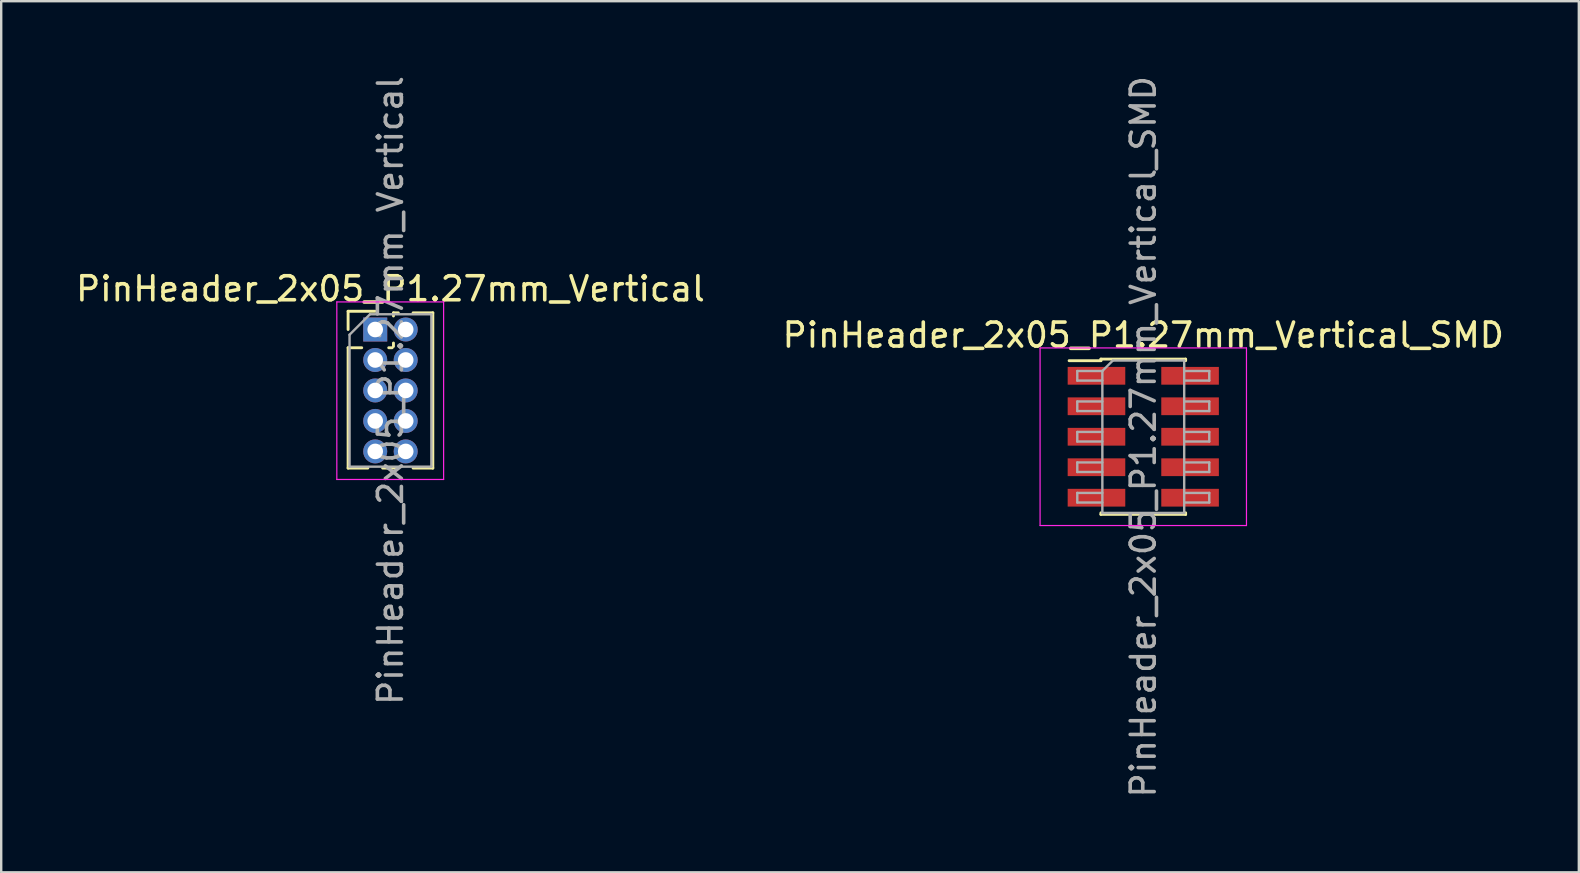
<source format=kicad_pcb>
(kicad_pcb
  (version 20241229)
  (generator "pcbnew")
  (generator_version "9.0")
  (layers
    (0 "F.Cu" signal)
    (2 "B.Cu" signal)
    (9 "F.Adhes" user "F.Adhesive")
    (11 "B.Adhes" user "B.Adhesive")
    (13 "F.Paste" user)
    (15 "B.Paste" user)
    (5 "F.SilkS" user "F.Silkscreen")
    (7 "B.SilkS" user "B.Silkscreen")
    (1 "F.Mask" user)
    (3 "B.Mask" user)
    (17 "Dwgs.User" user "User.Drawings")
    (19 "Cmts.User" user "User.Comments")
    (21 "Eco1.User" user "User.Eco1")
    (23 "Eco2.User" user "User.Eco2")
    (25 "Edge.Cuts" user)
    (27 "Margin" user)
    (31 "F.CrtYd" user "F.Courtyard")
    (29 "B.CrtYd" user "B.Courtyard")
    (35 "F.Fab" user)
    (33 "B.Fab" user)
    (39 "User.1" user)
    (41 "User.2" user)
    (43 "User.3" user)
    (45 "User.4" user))
  (footprint "PinHeader_2x05_P1.27mm_Vertical_SMD"
    (layer "F.Cu")
    (at 44.589 15.149)
    (property "Reference" "PinHeader_2x05_P1.27mm_Vertical_SMD" (at 0 -4.235 0) (layer "F.SilkS") (effects (font (size 1 1) (thickness 0.15))))
    (attr smd)
    (fp_line (start -3.09 -3.17) (end -1.765 -3.17) (stroke (width 0.12) (type solid)) (layer "F.SilkS"))
    (fp_line (start -1.765 -3.235) (end -1.765 -3.17) (stroke (width 0.12) (type solid)) (layer "F.SilkS"))
    (fp_line (start -1.765 -3.235) (end 1.765 -3.235) (stroke (width 0.12) (type solid)) (layer "F.SilkS"))
    (fp_line (start -1.765 3.17) (end -1.765 3.235) (stroke (width 0.12) (type solid)) (layer "F.SilkS"))
    (fp_line (start -1.765 3.235) (end 1.765 3.235) (stroke (width 0.12) (type solid)) (layer "F.SilkS"))
    (fp_line (start 1.765 -3.235) (end 1.765 -3.17) (stroke (width 0.12) (type solid)) (layer "F.SilkS"))
    (fp_line (start 1.765 3.17) (end 1.765 3.235) (stroke (width 0.12) (type solid)) (layer "F.SilkS"))
    (fp_line (start -4.3 -3.7) (end -4.3 3.7) (stroke (width 0.05) (type solid)) (layer "F.CrtYd"))
    (fp_line (start -4.3 3.7) (end 4.3 3.7) (stroke (width 0.05) (type solid)) (layer "F.CrtYd"))
    (fp_line (start 4.3 -3.7) (end -4.3 -3.7) (stroke (width 0.05) (type solid)) (layer "F.CrtYd"))
    (fp_line (start 4.3 3.7) (end 4.3 -3.7) (stroke (width 0.05) (type solid)) (layer "F.CrtYd"))
    (fp_line (start -2.75 -2.74) (end -2.75 -2.34) (stroke (width 0.1) (type solid)) (layer "F.Fab"))
    (fp_line (start -2.75 -2.34) (end -1.705 -2.34) (stroke (width 0.1) (type solid)) (layer "F.Fab"))
    (fp_line (start -2.75 -1.47) (end -2.75 -1.07) (stroke (width 0.1) (type solid)) (layer "F.Fab"))
    (fp_line (start -2.75 -1.07) (end -1.705 -1.07) (stroke (width 0.1) (type solid)) (layer "F.Fab"))
    (fp_line (start -2.75 -0.2) (end -2.75 0.2) (stroke (width 0.1) (type solid)) (layer "F.Fab"))
    (fp_line (start -2.75 0.2) (end -1.705 0.2) (stroke (width 0.1) (type solid)) (layer "F.Fab"))
    (fp_line (start -2.75 1.07) (end -2.75 1.47) (stroke (width 0.1) (type solid)) (layer "F.Fab"))
    (fp_line (start -2.75 1.47) (end -1.705 1.47) (stroke (width 0.1) (type solid)) (layer "F.Fab"))
    (fp_line (start -2.75 2.34) (end -2.75 2.74) (stroke (width 0.1) (type solid)) (layer "F.Fab"))
    (fp_line (start -2.75 2.74) (end -1.705 2.74) (stroke (width 0.1) (type solid)) (layer "F.Fab"))
    (fp_line (start -1.705 -2.74) (end -2.75 -2.74) (stroke (width 0.1) (type solid)) (layer "F.Fab"))
    (fp_line (start -1.705 -2.74) (end -1.27 -3.175) (stroke (width 0.1) (type solid)) (layer "F.Fab"))
    (fp_line (start -1.705 -1.47) (end -2.75 -1.47) (stroke (width 0.1) (type solid)) (layer "F.Fab"))
    (fp_line (start -1.705 -0.2) (end -2.75 -0.2) (stroke (width 0.1) (type solid)) (layer "F.Fab"))
    (fp_line (start -1.705 1.07) (end -2.75 1.07) (stroke (width 0.1) (type solid)) (layer "F.Fab"))
    (fp_line (start -1.705 2.34) (end -2.75 2.34) (stroke (width 0.1) (type solid)) (layer "F.Fab"))
    (fp_line (start -1.705 3.175) (end -1.705 -2.74) (stroke (width 0.1) (type solid)) (layer "F.Fab"))
    (fp_line (start -1.27 -3.175) (end 1.705 -3.175) (stroke (width 0.1) (type solid)) (layer "F.Fab"))
    (fp_line (start 1.705 -3.175) (end 1.705 3.175) (stroke (width 0.1) (type solid)) (layer "F.Fab"))
    (fp_line (start 1.705 -2.74) (end 2.75 -2.74) (stroke (width 0.1) (type solid)) (layer "F.Fab"))
    (fp_line (start 1.705 -1.47) (end 2.75 -1.47) (stroke (width 0.1) (type solid)) (layer "F.Fab"))
    (fp_line (start 1.705 -0.2) (end 2.75 -0.2) (stroke (width 0.1) (type solid)) (layer "F.Fab"))
    (fp_line (start 1.705 1.07) (end 2.75 1.07) (stroke (width 0.1) (type solid)) (layer "F.Fab"))
    (fp_line (start 1.705 2.34) (end 2.75 2.34) (stroke (width 0.1) (type solid)) (layer "F.Fab"))
    (fp_line (start 1.705 3.175) (end -1.705 3.175) (stroke (width 0.1) (type solid)) (layer "F.Fab"))
    (fp_line (start 2.75 -2.74) (end 2.75 -2.34) (stroke (width 0.1) (type solid)) (layer "F.Fab"))
    (fp_line (start 2.75 -2.34) (end 1.705 -2.34) (stroke (width 0.1) (type solid)) (layer "F.Fab"))
    (fp_line (start 2.75 -1.47) (end 2.75 -1.07) (stroke (width 0.1) (type solid)) (layer "F.Fab"))
    (fp_line (start 2.75 -1.07) (end 1.705 -1.07) (stroke (width 0.1) (type solid)) (layer "F.Fab"))
    (fp_line (start 2.75 -0.2) (end 2.75 0.2) (stroke (width 0.1) (type solid)) (layer "F.Fab"))
    (fp_line (start 2.75 0.2) (end 1.705 0.2) (stroke (width 0.1) (type solid)) (layer "F.Fab"))
    (fp_line (start 2.75 1.07) (end 2.75 1.47) (stroke (width 0.1) (type solid)) (layer "F.Fab"))
    (fp_line (start 2.75 1.47) (end 1.705 1.47) (stroke (width 0.1) (type solid)) (layer "F.Fab"))
    (fp_line (start 2.75 2.34) (end 2.75 2.74) (stroke (width 0.1) (type solid)) (layer "F.Fab"))
    (fp_line (start 2.75 2.74) (end 1.705 2.74) (stroke (width 0.1) (type solid)) (layer "F.Fab"))
    (fp_text user "${REFERENCE}" (at 0 0 90) (layer "F.Fab") (effects (font (size 1 1) (thickness 0.15))))
    (pad "1" smd rect (at -1.95 -2.54) (size 2.4 0.74) (layers "F.Cu" "F.Mask" "F.Paste"))
    (pad "2" smd rect (at 1.95 -2.54) (size 2.4 0.74) (layers "F.Cu" "F.Mask" "F.Paste"))
    (pad "3" smd rect (at -1.95 -1.27) (size 2.4 0.74) (layers "F.Cu" "F.Mask" "F.Paste"))
    (pad "4" smd rect (at 1.95 -1.27) (size 2.4 0.74) (layers "F.Cu" "F.Mask" "F.Paste"))
    (pad "5" smd rect (at -1.95 0) (size 2.4 0.74) (layers "F.Cu" "F.Mask" "F.Paste"))
    (pad "6" smd rect (at 1.95 0) (size 2.4 0.74) (layers "F.Cu" "F.Mask" "F.Paste"))
    (pad "7" smd rect (at -1.95 1.27) (size 2.4 0.74) (layers "F.Cu" "F.Mask" "F.Paste"))
    (pad "8" smd rect (at 1.95 1.27) (size 2.4 0.74) (layers "F.Cu" "F.Mask" "F.Paste"))
    (pad "9" smd rect (at -1.95 2.54) (size 2.4 0.74) (layers "F.Cu" "F.Mask" "F.Paste"))
    (pad "10" smd rect (at 1.95 2.54) (size 2.4 0.74) (layers "F.Cu" "F.Mask" "F.Paste")))
  (footprint "PinHeader_2x05_P1.27mm_Vertical"
    (layer "F.Cu")
    (at 13.21 13.215)
    (property "Reference" "PinHeader_2x05_P1.27mm_Vertical" (at 0.01 -4.23 0) (layer "F.SilkS") (effects (font (size 1 1) (thickness 0.15))))
    (attr through_hole)
    (fp_line (start -1.755 -3.295) (end -0.625 -3.295) (stroke (width 0.12) (type solid)) (layer "F.SilkS"))
    (fp_line (start -1.755 -2.535) (end -1.755 -3.295) (stroke (width 0.12) (type solid)) (layer "F.SilkS"))
    (fp_line (start -1.755 -1.775) (end -1.755 3.24) (stroke (width 0.12) (type solid)) (layer "F.SilkS"))
    (fp_line (start -1.755 -1.775) (end -1.188 -1.775) (stroke (width 0.12) (type solid)) (layer "F.SilkS"))
    (fp_line (start -1.755 3.24) (end -0.933 3.24) (stroke (width 0.12) (type solid)) (layer "F.SilkS"))
    (fp_line (start -0.317 3.24) (end 0.337 3.24) (stroke (width 0.12) (type solid)) (layer "F.SilkS"))
    (fp_line (start -0.062 -1.775) (end 0.082 -1.775) (stroke (width 0.12) (type solid)) (layer "F.SilkS"))
    (fp_line (start 0.135 -3.23) (end 0.337 -3.23) (stroke (width 0.12) (type solid)) (layer "F.SilkS"))
    (fp_line (start 0.135 -3.098) (end 0.135 -3.23) (stroke (width 0.12) (type solid)) (layer "F.SilkS"))
    (fp_line (start 0.135 -1.828) (end 0.135 -1.972) (stroke (width 0.12) (type solid)) (layer "F.SilkS"))
    (fp_line (start 0.953 -3.23) (end 1.775 -3.23) (stroke (width 0.12) (type solid)) (layer "F.SilkS"))
    (fp_line (start 0.953 3.24) (end 1.775 3.24) (stroke (width 0.12) (type solid)) (layer "F.SilkS"))
    (fp_line (start 1.775 -3.23) (end 1.775 3.24) (stroke (width 0.12) (type solid)) (layer "F.SilkS"))
    (fp_line (start -2.225 -3.685) (end -2.225 3.715) (stroke (width 0.05) (type solid)) (layer "F.CrtYd"))
    (fp_line (start -2.225 3.715) (end 2.225 3.715) (stroke (width 0.05) (type solid)) (layer "F.CrtYd"))
    (fp_line (start 2.225 -3.685) (end -2.225 -3.685) (stroke (width 0.05) (type solid)) (layer "F.CrtYd"))
    (fp_line (start 2.225 3.715) (end 2.225 -3.685) (stroke (width 0.05) (type solid)) (layer "F.CrtYd"))
    (fp_line (start -1.695 -2.317) (end -0.843 -3.17) (stroke (width 0.1) (type solid)) (layer "F.Fab"))
    (fp_line (start -1.695 3.18) (end -1.695 -2.317) (stroke (width 0.1) (type solid)) (layer "F.Fab"))
    (fp_line (start -0.843 -3.17) (end 1.715 -3.17) (stroke (width 0.1) (type solid)) (layer "F.Fab"))
    (fp_line (start 1.715 -3.17) (end 1.715 3.18) (stroke (width 0.1) (type solid)) (layer "F.Fab"))
    (fp_line (start 1.715 3.18) (end -1.695 3.18) (stroke (width 0.1) (type solid)) (layer "F.Fab"))
    (fp_text user "${REFERENCE}" (at 0.01 0.005 90) (layer "F.Fab") (effects (font (size 1 1) (thickness 0.15))))
    (pad "1" thru_hole rect (at -0.625 -2.535) (size 1 1) (drill 0.65) (layers "*.Cu" "*.Mask"))
    (pad "2" thru_hole oval (at 0.645 -2.535) (size 1 1) (drill 0.65) (layers "*.Cu" "*.Mask"))
    (pad "3" thru_hole oval (at -0.625 -1.265) (size 1 1) (drill 0.65) (layers "*.Cu" "*.Mask"))
    (pad "4" thru_hole oval (at 0.645 -1.265) (size 1 1) (drill 0.65) (layers "*.Cu" "*.Mask"))
    (pad "5" thru_hole oval (at -0.625 0.005) (size 1 1) (drill 0.65) (layers "*.Cu" "*.Mask"))
    (pad "6" thru_hole oval (at 0.645 0.005) (size 1 1) (drill 0.65) (layers "*.Cu" "*.Mask"))
    (pad "7" thru_hole oval (at -0.625 1.275) (size 1 1) (drill 0.65) (layers "*.Cu" "*.Mask"))
    (pad "8" thru_hole oval (at 0.645 1.275) (size 1 1) (drill 0.65) (layers "*.Cu" "*.Mask"))
    (pad "9" thru_hole oval (at -0.625 2.545) (size 1 1) (drill 0.65) (layers "*.Cu" "*.Mask"))
    (pad "10" thru_hole oval (at 0.645 2.545) (size 1 1) (drill 0.65) (layers "*.Cu" "*.Mask")))
  (gr_rect
    (start -3 -3)
    (end 62.738 33.298)
    (stroke (width 0.1) (type default))
    (fill no)
    (layer "Edge.Cuts")))
</source>
